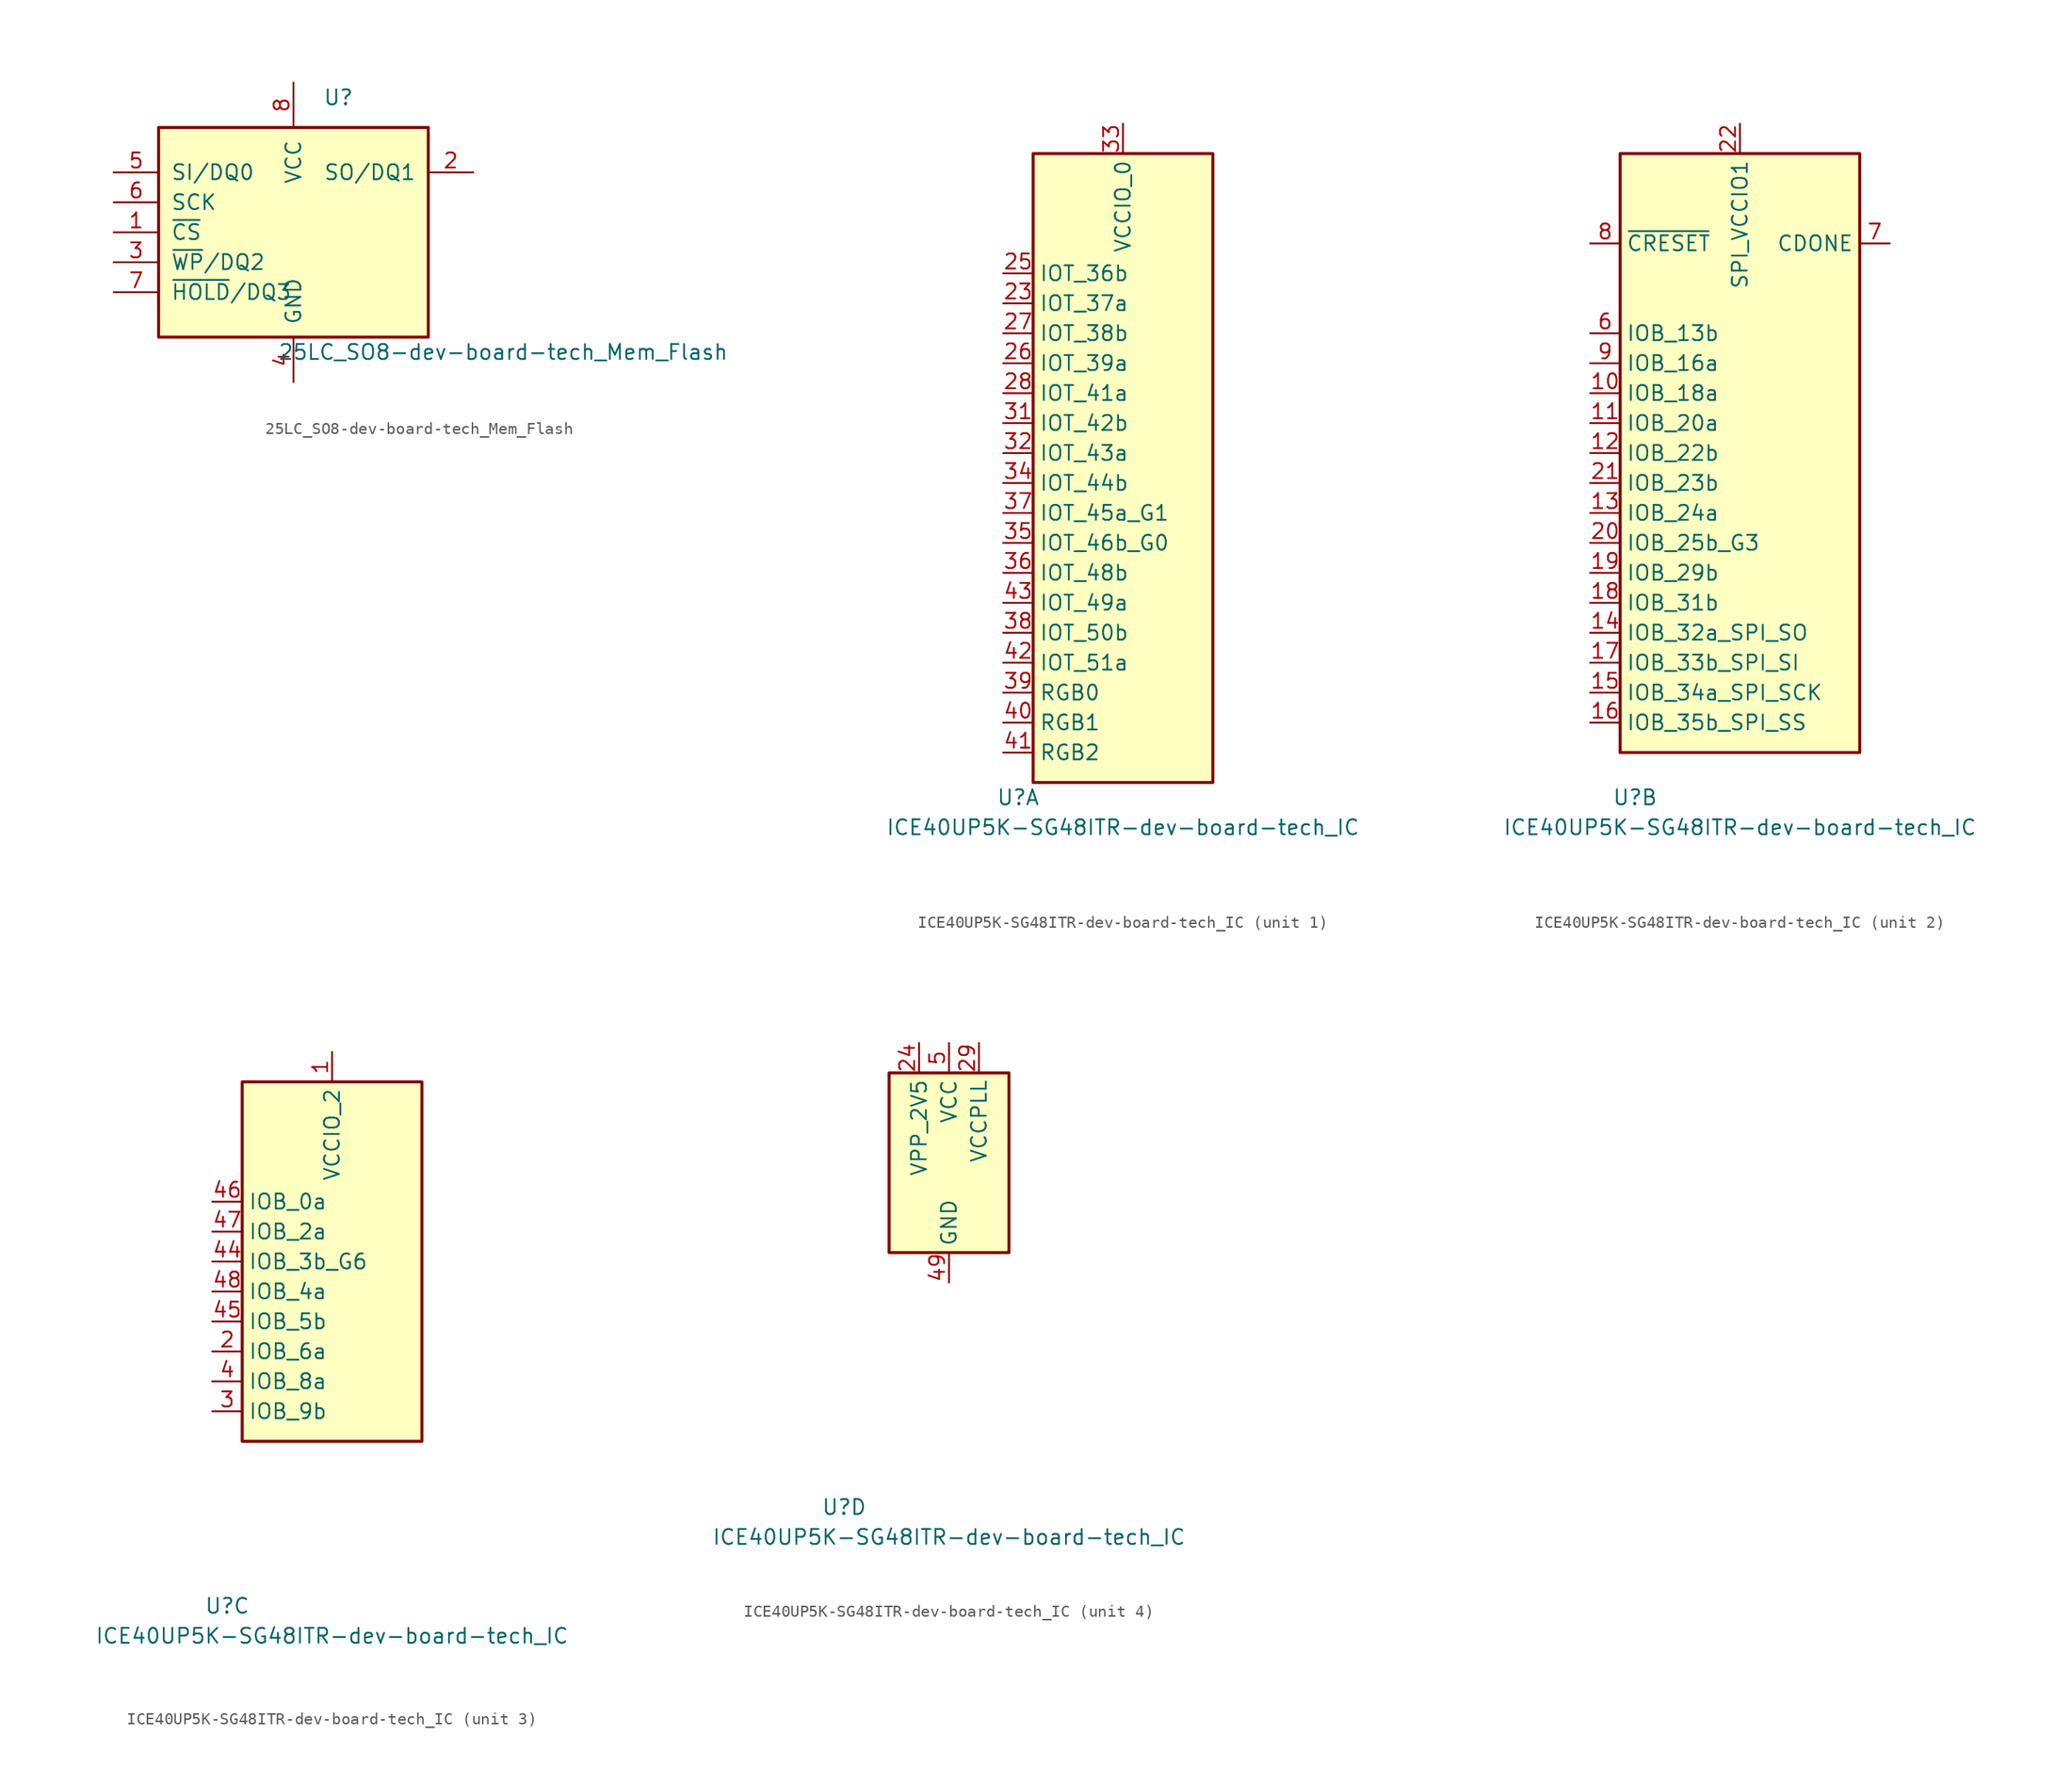
<source format=kicad_sym>
(kicad_symbol_lib
  (version 20220914)
  (generator kicad_symbol_editor)
  (symbol "25LC_SO8-dev-board-tech_Mem_Flash"
    (pin_names
      (offset 1.016))
    (property "Reference" "U"
      (at 3.81 11.43 0)
      (effects (font (size 1.27 1.27))))
    (property "Value" "25LC_SO8-dev-board-tech_Mem_Flash"
      (at 17.78 -10.16 0)
      (effects (font (size 1.27 1.27))))
    (symbol "25LC_SO8-dev-board-tech_Mem_Flash_1_1"
      (rectangle (start -11.43 8.89) (end 11.43 -8.89) (stroke (width 0.254) (type solid)) (fill (type background)))
      (pin input line (at -15.24 0 0) (length 3.81) (name "~{CS}" (effects (font (size 1.27 1.27)))) (number "1" (effects (font (size 1.27 1.27)))))
      (pin bidirectional line (at 15.24 5.08 180) (length 3.81) (name "SO/DQ1" (effects (font (size 1.27 1.27)))) (number "2" (effects (font (size 1.27 1.27)))))
      (pin bidirectional line (at -15.24 -2.54 0) (length 3.81) (name "~{WP}/DQ2" (effects (font (size 1.27 1.27)))) (number "3" (effects (font (size 1.27 1.27)))))
      (pin power_in line (at 0 -12.7 90) (length 3.81) (name "GND" (effects (font (size 1.27 1.27)))) (number "4" (effects (font (size 1.27 1.27)))))
      (pin bidirectional line (at -15.24 5.08 0) (length 3.81) (name "SI/DQ0" (effects (font (size 1.27 1.27)))) (number "5" (effects (font (size 1.27 1.27)))))
      (pin input line (at -15.24 2.54 0) (length 3.81) (name "SCK" (effects (font (size 1.27 1.27)))) (number "6" (effects (font (size 1.27 1.27)))))
      (pin bidirectional line (at -15.24 -5.08 0) (length 3.81) (name "~{HOLD}/DQ3" (effects (font (size 1.27 1.27)))) (number "7" (effects (font (size 1.27 1.27)))))
      (pin power_in line (at 0 12.7 270) (length 3.81) (name "VCC" (effects (font (size 1.27 1.27)))) (number "8" (effects (font (size 1.27 1.27)))))))
  (symbol "ICE40UP5K-SG48ITR-dev-board-tech_IC"
    (property "Reference" "U"
      (at -8.89 -29.21 0)
      (effects (font (size 1.27 1.27))))
    (property "Value" "ICE40UP5K-SG48ITR-dev-board-tech_IC"
      (at 0 -31.75 0)
      (effects (font (size 1.27 1.27))))
    (property "ki_locked" ""
      (at 0 0 0)
      (effects (font (size 1.27 1.27))))
    (symbol "ICE40UP5K-SG48ITR-dev-board-tech_IC_1_1"
      (rectangle (start -7.62 25.4) (end 7.62 -27.94) (stroke (width 0.254) (type solid)) (fill (type background)))
      (pin bidirectional line (at -10.16 12.7 0) (length 2.54) (name "IOT_37a" (effects (font (size 1.27 1.27)))) (number "23" (effects (font (size 1.27 1.27)))))
      (pin bidirectional line (at -10.16 15.24 0) (length 2.54) (name "IOT_36b" (effects (font (size 1.27 1.27)))) (number "25" (effects (font (size 1.27 1.27)))))
      (pin bidirectional line (at -10.16 7.62 0) (length 2.54) (name "IOT_39a" (effects (font (size 1.27 1.27)))) (number "26" (effects (font (size 1.27 1.27)))))
      (pin bidirectional line (at -10.16 10.16 0) (length 2.54) (name "IOT_38b" (effects (font (size 1.27 1.27)))) (number "27" (effects (font (size 1.27 1.27)))))
      (pin bidirectional line (at -10.16 5.08 0) (length 2.54) (name "IOT_41a" (effects (font (size 1.27 1.27)))) (number "28" (effects (font (size 1.27 1.27)))))
      (pin bidirectional line (at -10.16 2.54 0) (length 2.54) (name "IOT_42b" (effects (font (size 1.27 1.27)))) (number "31" (effects (font (size 1.27 1.27)))))
      (pin bidirectional line (at -10.16 0 0) (length 2.54) (name "IOT_43a" (effects (font (size 1.27 1.27)))) (number "32" (effects (font (size 1.27 1.27)))))
      (pin power_in line (at 0 27.94 270) (length 2.54) (name "VCCIO_0" (effects (font (size 1.27 1.27)))) (number "33" (effects (font (size 1.27 1.27)))))
      (pin bidirectional line (at -10.16 -2.54 0) (length 2.54) (name "IOT_44b" (effects (font (size 1.27 1.27)))) (number "34" (effects (font (size 1.27 1.27)))))
      (pin bidirectional line (at -10.16 -7.62 0) (length 2.54) (name "IOT_46b_G0" (effects (font (size 1.27 1.27)))) (number "35" (effects (font (size 1.27 1.27)))))
      (pin bidirectional line (at -10.16 -10.16 0) (length 2.54) (name "IOT_48b" (effects (font (size 1.27 1.27)))) (number "36" (effects (font (size 1.27 1.27)))))
      (pin bidirectional line (at -10.16 -5.08 0) (length 2.54) (name "IOT_45a_G1" (effects (font (size 1.27 1.27)))) (number "37" (effects (font (size 1.27 1.27)))))
      (pin bidirectional line (at -10.16 -15.24 0) (length 2.54) (name "IOT_50b" (effects (font (size 1.27 1.27)))) (number "38" (effects (font (size 1.27 1.27)))))
      (pin open_collector line (at -10.16 -20.32 0) (length 2.54) (name "RGB0" (effects (font (size 1.27 1.27)))) (number "39" (effects (font (size 1.27 1.27)))))
      (pin open_collector line (at -10.16 -22.86 0) (length 2.54) (name "RGB1" (effects (font (size 1.27 1.27)))) (number "40" (effects (font (size 1.27 1.27)))))
      (pin open_collector line (at -10.16 -25.4 0) (length 2.54) (name "RGB2" (effects (font (size 1.27 1.27)))) (number "41" (effects (font (size 1.27 1.27)))))
      (pin bidirectional line (at -10.16 -17.78 0) (length 2.54) (name "IOT_51a" (effects (font (size 1.27 1.27)))) (number "42" (effects (font (size 1.27 1.27)))))
      (pin bidirectional line (at -10.16 -12.7 0) (length 2.54) (name "IOT_49a" (effects (font (size 1.27 1.27)))) (number "43" (effects (font (size 1.27 1.27))))))
    (symbol "ICE40UP5K-SG48ITR-dev-board-tech_IC_2_1"
      (rectangle (start -10.16 25.4) (end 10.16 -25.4) (stroke (width 0.254) (type solid)) (fill (type background)))
      (pin bidirectional line (at -12.7 5.08 0) (length 2.54) (name "IOB_18a" (effects (font (size 1.27 1.27)))) (number "10" (effects (font (size 1.27 1.27)))))
      (pin bidirectional line (at -12.7 2.54 0) (length 2.54) (name "IOB_20a" (effects (font (size 1.27 1.27)))) (number "11" (effects (font (size 1.27 1.27)))))
      (pin bidirectional line (at -12.7 0 0) (length 2.54) (name "IOB_22b" (effects (font (size 1.27 1.27)))) (number "12" (effects (font (size 1.27 1.27)))))
      (pin bidirectional line (at -12.7 -5.08 0) (length 2.54) (name "IOB_24a" (effects (font (size 1.27 1.27)))) (number "13" (effects (font (size 1.27 1.27)))))
      (pin bidirectional line (at -12.7 -15.24 0) (length 2.54) (name "IOB_32a_SPI_SO" (effects (font (size 1.27 1.27)))) (number "14" (effects (font (size 1.27 1.27)))))
      (pin bidirectional line (at -12.7 -20.32 0) (length 2.54) (name "IOB_34a_SPI_SCK" (effects (font (size 1.27 1.27)))) (number "15" (effects (font (size 1.27 1.27)))))
      (pin bidirectional line (at -12.7 -22.86 0) (length 2.54) (name "IOB_35b_SPI_SS" (effects (font (size 1.27 1.27)))) (number "16" (effects (font (size 1.27 1.27)))))
      (pin bidirectional line (at -12.7 -17.78 0) (length 2.54) (name "IOB_33b_SPI_SI" (effects (font (size 1.27 1.27)))) (number "17" (effects (font (size 1.27 1.27)))))
      (pin bidirectional line (at -12.7 -12.7 0) (length 2.54) (name "IOB_31b" (effects (font (size 1.27 1.27)))) (number "18" (effects (font (size 1.27 1.27)))))
      (pin bidirectional line (at -12.7 -10.16 0) (length 2.54) (name "IOB_29b" (effects (font (size 1.27 1.27)))) (number "19" (effects (font (size 1.27 1.27)))))
      (pin bidirectional line (at -12.7 -7.62 0) (length 2.54) (name "IOB_25b_G3" (effects (font (size 1.27 1.27)))) (number "20" (effects (font (size 1.27 1.27)))))
      (pin bidirectional line (at -12.7 -2.54 0) (length 2.54) (name "IOB_23b" (effects (font (size 1.27 1.27)))) (number "21" (effects (font (size 1.27 1.27)))))
      (pin power_in line (at 0 27.94 270) (length 2.54) (name "SPI_VCCIO1" (effects (font (size 1.27 1.27)))) (number "22" (effects (font (size 1.27 1.27)))))
      (pin bidirectional line (at -12.7 10.16 0) (length 2.54) (name "IOB_13b" (effects (font (size 1.27 1.27)))) (number "6" (effects (font (size 1.27 1.27)))))
      (pin open_collector line (at 12.7 17.78 180) (length 2.54) (name "CDONE" (effects (font (size 1.27 1.27)))) (number "7" (effects (font (size 1.27 1.27)))))
      (pin input line (at -12.7 17.78 0) (length 2.54) (name "~{CRESET}" (effects (font (size 1.27 1.27)))) (number "8" (effects (font (size 1.27 1.27)))))
      (pin bidirectional line (at -12.7 7.62 0) (length 2.54) (name "IOB_16a" (effects (font (size 1.27 1.27)))) (number "9" (effects (font (size 1.27 1.27))))))
    (symbol "ICE40UP5K-SG48ITR-dev-board-tech_IC_3_1"
      (rectangle (start -7.62 15.24) (end 7.62 -15.24) (stroke (width 0.254) (type solid)) (fill (type background)))
      (pin power_in line (at 0 17.78 270) (length 2.54) (name "VCCIO_2" (effects (font (size 1.27 1.27)))) (number "1" (effects (font (size 1.27 1.27)))))
      (pin bidirectional line (at -10.16 -7.62 0) (length 2.54) (name "IOB_6a" (effects (font (size 1.27 1.27)))) (number "2" (effects (font (size 1.27 1.27)))))
      (pin bidirectional line (at -10.16 -12.7 0) (length 2.54) (name "IOB_9b" (effects (font (size 1.27 1.27)))) (number "3" (effects (font (size 1.27 1.27)))))
      (pin bidirectional line (at -10.16 -10.16 0) (length 2.54) (name "IOB_8a" (effects (font (size 1.27 1.27)))) (number "4" (effects (font (size 1.27 1.27)))))
      (pin bidirectional line (at -10.16 0 0) (length 2.54) (name "IOB_3b_G6" (effects (font (size 1.27 1.27)))) (number "44" (effects (font (size 1.27 1.27)))))
      (pin bidirectional line (at -10.16 -5.08 0) (length 2.54) (name "IOB_5b" (effects (font (size 1.27 1.27)))) (number "45" (effects (font (size 1.27 1.27)))))
      (pin bidirectional line (at -10.16 5.08 0) (length 2.54) (name "IOB_0a" (effects (font (size 1.27 1.27)))) (number "46" (effects (font (size 1.27 1.27)))))
      (pin bidirectional line (at -10.16 2.54 0) (length 2.54) (name "IOB_2a" (effects (font (size 1.27 1.27)))) (number "47" (effects (font (size 1.27 1.27)))))
      (pin bidirectional line (at -10.16 -2.54 0) (length 2.54) (name "IOB_4a" (effects (font (size 1.27 1.27)))) (number "48" (effects (font (size 1.27 1.27))))))
    (symbol "ICE40UP5K-SG48ITR-dev-board-tech_IC_4_1"
      (rectangle (start -5.08 7.62) (end 5.08 -7.62) (stroke (width 0.254) (type solid)) (fill (type background)))
      (pin power_in line (at -2.54 10.16 270) (length 2.54) (name "VPP_2V5" (effects (font (size 1.27 1.27)))) (number "24" (effects (font (size 1.27 1.27)))))
      (pin power_out line (at 2.54 10.16 270) (length 2.54) (name "VCCPLL" (effects (font (size 1.27 1.27)))) (number "29" (effects (font (size 1.27 1.27)))))
      (pin passive line (at 0 10.16 270) (length 2.54) hide (name "VCC" (effects (font (size 1.27 1.27)))) (number "30" (effects (font (size 1.27 1.27)))))
      (pin power_in line (at 0 -10.16 90) (length 2.54) (name "GND" (effects (font (size 1.27 1.27)))) (number "49" (effects (font (size 1.27 1.27)))))
      (pin power_in line (at 0 10.16 270) (length 2.54) (name "VCC" (effects (font (size 1.27 1.27)))) (number "5" (effects (font (size 1.27 1.27))))))))
</source>
